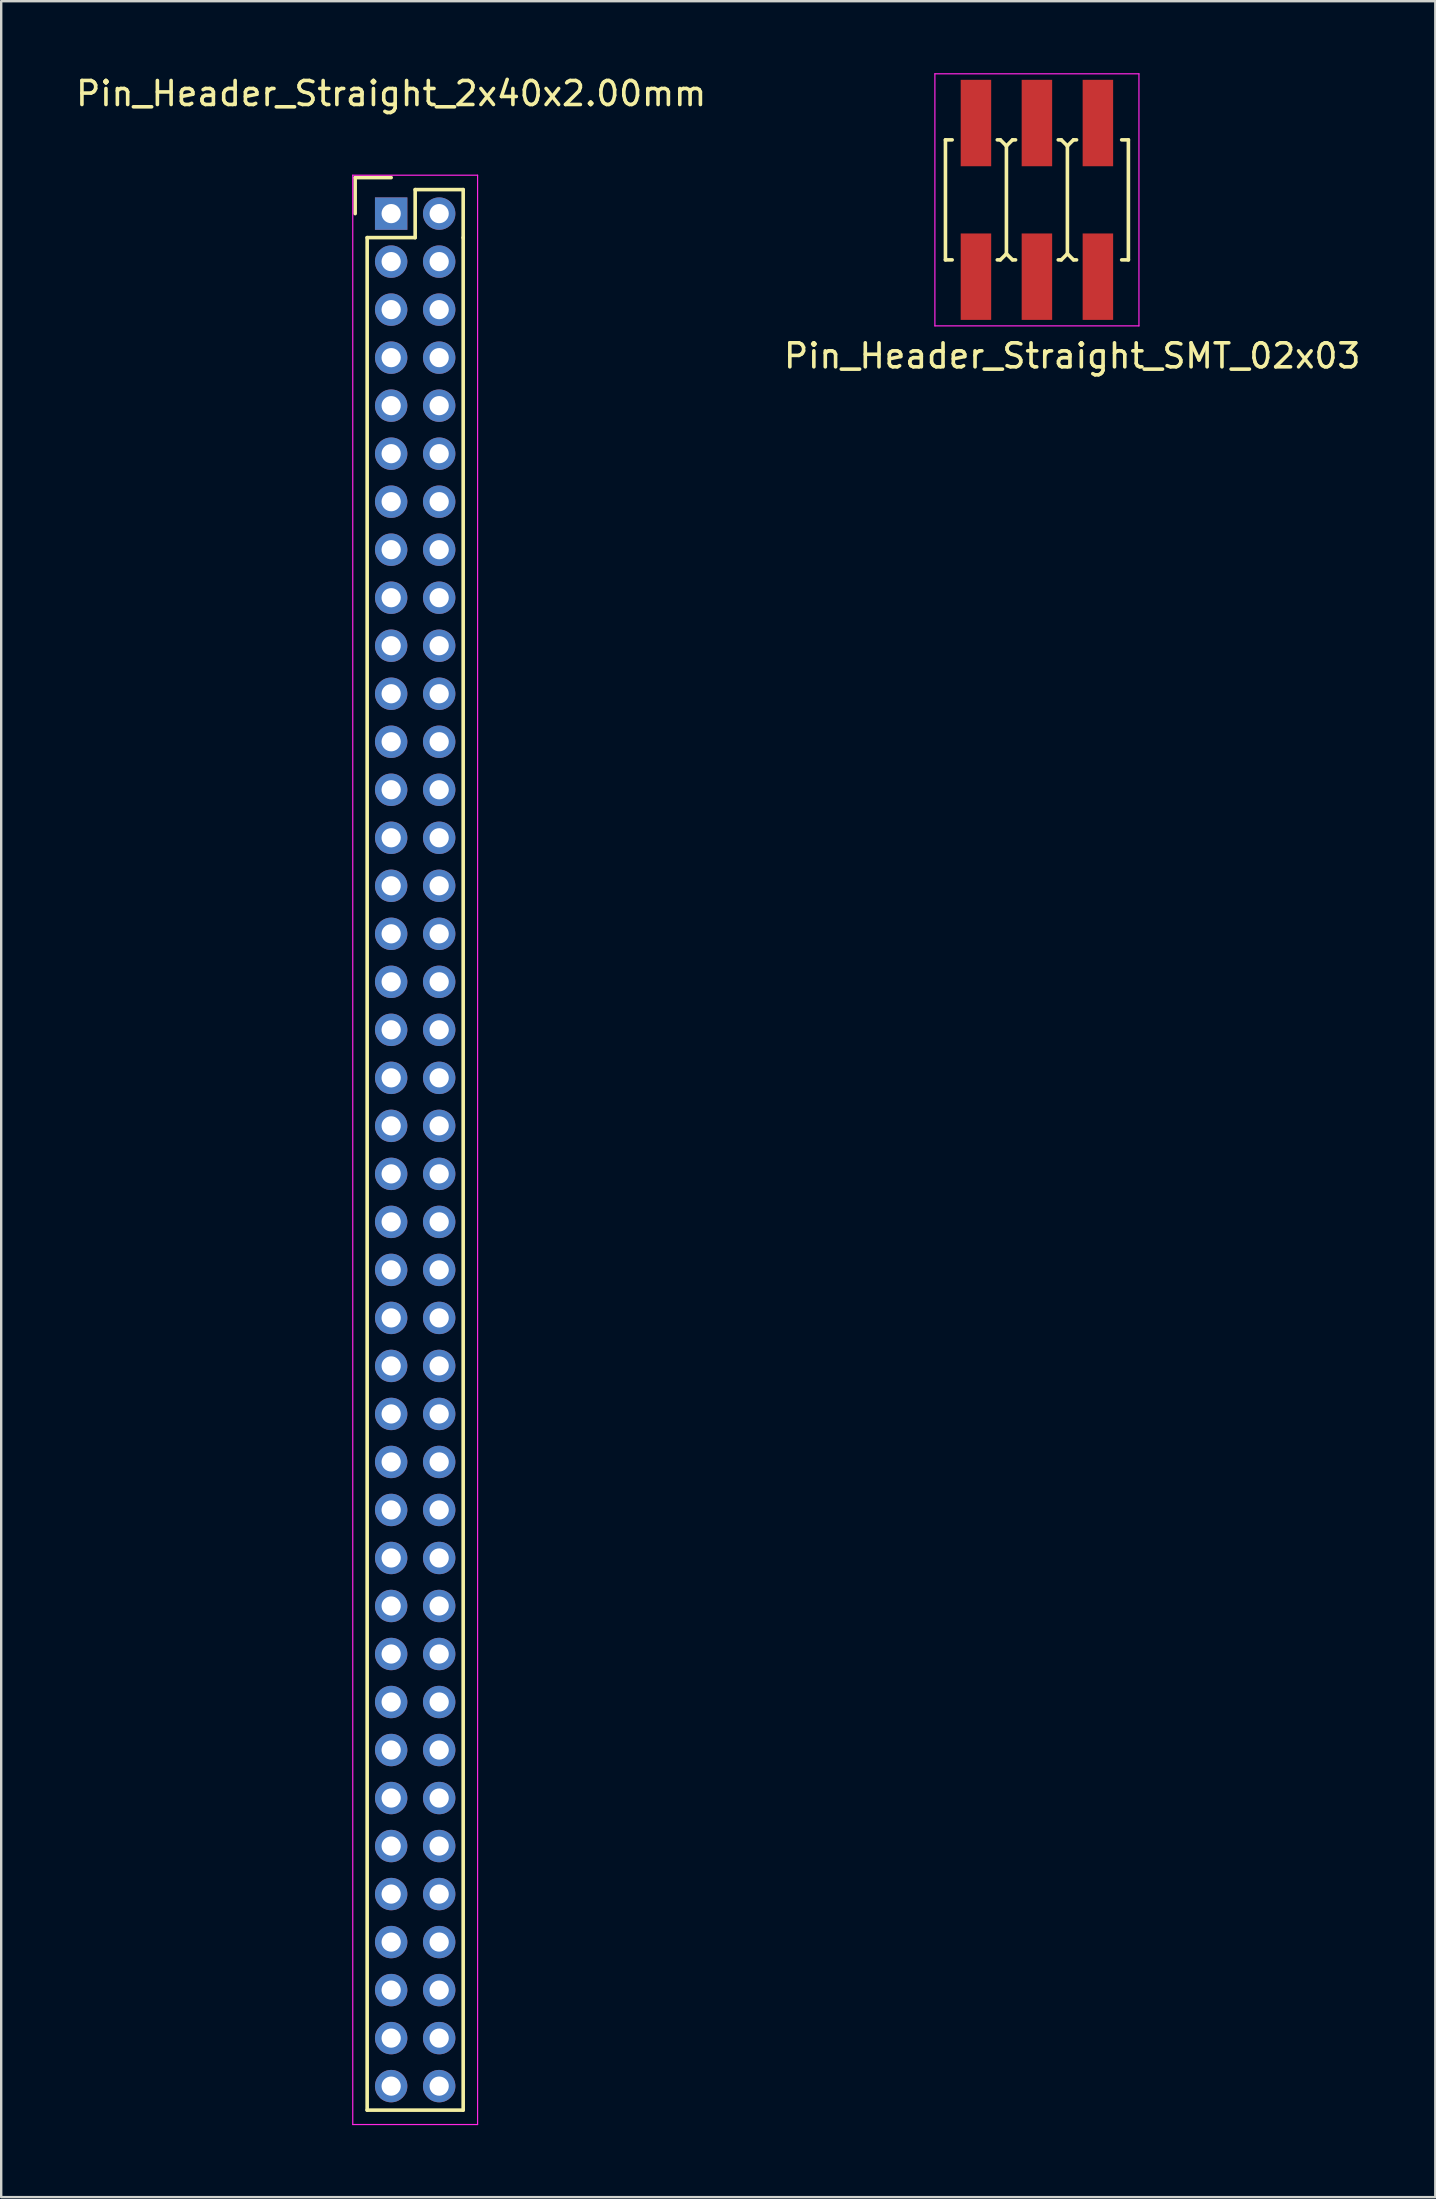
<source format=kicad_pcb>
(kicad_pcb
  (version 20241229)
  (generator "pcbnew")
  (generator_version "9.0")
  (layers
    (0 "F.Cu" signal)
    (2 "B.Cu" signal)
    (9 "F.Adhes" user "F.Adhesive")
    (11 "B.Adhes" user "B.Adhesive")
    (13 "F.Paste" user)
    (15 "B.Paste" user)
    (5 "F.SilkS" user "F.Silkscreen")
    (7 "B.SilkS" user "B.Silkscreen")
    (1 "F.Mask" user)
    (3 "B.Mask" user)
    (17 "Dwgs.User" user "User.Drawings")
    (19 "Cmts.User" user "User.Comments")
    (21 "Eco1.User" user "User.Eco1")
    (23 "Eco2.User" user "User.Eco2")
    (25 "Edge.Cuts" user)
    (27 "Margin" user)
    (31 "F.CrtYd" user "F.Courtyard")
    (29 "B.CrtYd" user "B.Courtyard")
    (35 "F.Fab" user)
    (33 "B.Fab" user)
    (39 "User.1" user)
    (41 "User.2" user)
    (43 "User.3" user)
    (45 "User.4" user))
  (footprint "Pin_Header_Straight_SMT_02x03"
    (layer "F.Cu")
    (at 40.143 5.275)
    (property "Reference" "Pin_Header_Straight_SMT_02x03" (at 1.47 6.5 0) (layer "F.SilkS") (effects (font (size 1 1) (thickness 0.15))))
    (attr through_hole)
    (fp_line (start -3.81 -2.5) (end -3.81 2.5) (stroke (width 0.15) (type solid)) (layer "F.SilkS"))
    (fp_line (start -3.81 -2.5) (end -3.53 -2.5) (stroke (width 0.15) (type solid)) (layer "F.SilkS"))
    (fp_line (start -3.81 2.5) (end -3.53 2.5) (stroke (width 0.15) (type solid)) (layer "F.SilkS"))
    (fp_line (start -1.651 -2.5) (end -1.524 -2.5) (stroke (width 0.15) (type solid)) (layer "F.SilkS"))
    (fp_line (start -1.524 -2.5) (end -1.27 -2.246) (stroke (width 0.15) (type solid)) (layer "F.SilkS"))
    (fp_line (start -1.524 2.5) (end -1.651 2.5) (stroke (width 0.15) (type solid)) (layer "F.SilkS"))
    (fp_line (start -1.27 -2.246) (end -1.016 -2.5) (stroke (width 0.15) (type solid)) (layer "F.SilkS"))
    (fp_line (start -1.27 2.246) (end -1.524 2.5) (stroke (width 0.15) (type solid)) (layer "F.SilkS"))
    (fp_line (start -1.27 2.25) (end -1.27 -2.25) (stroke (width 0.15) (type solid)) (layer "F.SilkS"))
    (fp_line (start -1.016 -2.5) (end -0.889 -2.5) (stroke (width 0.15) (type solid)) (layer "F.SilkS"))
    (fp_line (start -1.016 2.5) (end -1.27 2.246) (stroke (width 0.15) (type solid)) (layer "F.SilkS"))
    (fp_line (start -0.889 2.5) (end -1.016 2.5) (stroke (width 0.15) (type solid)) (layer "F.SilkS"))
    (fp_line (start 0.889 -2.5) (end 1.016 -2.5) (stroke (width 0.15) (type solid)) (layer "F.SilkS"))
    (fp_line (start 1.016 -2.5) (end 1.27 -2.246) (stroke (width 0.15) (type solid)) (layer "F.SilkS"))
    (fp_line (start 1.016 2.5) (end 0.889 2.5) (stroke (width 0.15) (type solid)) (layer "F.SilkS"))
    (fp_line (start 1.27 -2.246) (end 1.524 -2.5) (stroke (width 0.15) (type solid)) (layer "F.SilkS"))
    (fp_line (start 1.27 2.246) (end 1.016 2.5) (stroke (width 0.15) (type solid)) (layer "F.SilkS"))
    (fp_line (start 1.27 2.25) (end 1.27 -2.25) (stroke (width 0.15) (type solid)) (layer "F.SilkS"))
    (fp_line (start 1.524 -2.5) (end 1.651 -2.5) (stroke (width 0.15) (type solid)) (layer "F.SilkS"))
    (fp_line (start 1.524 2.5) (end 1.27 2.246) (stroke (width 0.15) (type solid)) (layer "F.SilkS"))
    (fp_line (start 1.651 2.5) (end 1.524 2.5) (stroke (width 0.15) (type solid)) (layer "F.SilkS"))
    (fp_line (start 3.81 -2.5) (end 3.53 -2.5) (stroke (width 0.15) (type solid)) (layer "F.SilkS"))
    (fp_line (start 3.81 -2.5) (end 3.81 2.5) (stroke (width 0.15) (type solid)) (layer "F.SilkS"))
    (fp_line (start 3.81 2.5) (end 3.53 2.5) (stroke (width 0.15) (type solid)) (layer "F.SilkS"))
    (fp_line (start -4.25 -5.25) (end -4.25 5.25) (stroke (width 0.05) (type solid)) (layer "F.CrtYd"))
    (fp_line (start -4.25 5.25) (end 4.25 5.25) (stroke (width 0.05) (type solid)) (layer "F.CrtYd"))
    (fp_line (start 4.25 -5.25) (end -4.25 -5.25) (stroke (width 0.05) (type solid)) (layer "F.CrtYd"))
    (fp_line (start 4.25 5.25) (end 4.25 -5.25) (stroke (width 0.05) (type solid)) (layer "F.CrtYd"))
    (pad "1" smd rect (at -2.54 3.2) (size 1.27 3.6) (layers "F.Cu" "F.Mask" "F.Paste"))
    (pad "2" smd rect (at -2.54 -3.2) (size 1.27 3.6) (layers "F.Cu" "F.Mask" "F.Paste"))
    (pad "3" smd rect (at 0 3.2) (size 1.27 3.6) (layers "F.Cu" "F.Mask" "F.Paste"))
    (pad "4" smd rect (at 0 -3.2) (size 1.27 3.6) (layers "F.Cu" "F.Mask" "F.Paste"))
    (pad "5" smd rect (at 2.54 3.2) (size 1.27 3.6) (layers "F.Cu" "F.Mask" "F.Paste"))
    (pad "6" smd rect (at 2.54 -3.2) (size 1.27 3.6) (layers "F.Cu" "F.Mask" "F.Paste")))
  (footprint "Pin_Header_Straight_2x40x2.00mm"
    (layer "F.Cu")
    (at 13.244 5.848)
    (property "Reference" "Pin_Header_Straight_2x40x2.00mm" (at 0 -5 0) (layer "F.SilkS") (effects (font (size 1 1) (thickness 0.15))))
    (attr through_hole)
    (fp_line (start -1.5 -1.5) (end 0 -1.5) (stroke (width 0.15) (type solid)) (layer "F.SilkS"))
    (fp_line (start -1.5 0) (end -1.5 -1.5) (stroke (width 0.15) (type solid)) (layer "F.SilkS"))
    (fp_line (start -1 1) (end 1 1) (stroke (width 0.15) (type solid)) (layer "F.SilkS"))
    (fp_line (start -1 79) (end -1 1) (stroke (width 0.15) (type solid)) (layer "F.SilkS"))
    (fp_line (start 1 -1) (end 3 -1) (stroke (width 0.15) (type solid)) (layer "F.SilkS"))
    (fp_line (start 1 1) (end 1 -1) (stroke (width 0.15) (type solid)) (layer "F.SilkS"))
    (fp_line (start 3 -1) (end 3 1) (stroke (width 0.15) (type solid)) (layer "F.SilkS"))
    (fp_line (start 3 1) (end 3 79) (stroke (width 0.15) (type solid)) (layer "F.SilkS"))
    (fp_line (start 3 79) (end -1 79) (stroke (width 0.15) (type solid)) (layer "F.SilkS"))
    (fp_line (start -1.6 -1.6) (end 3.6 -1.6) (stroke (width 0.05) (type solid)) (layer "F.CrtYd"))
    (fp_line (start -1.6 79.6) (end -1.6 -1.6) (stroke (width 0.05) (type solid)) (layer "F.CrtYd"))
    (fp_line (start 3.6 -1.6) (end 3.6 79.6) (stroke (width 0.05) (type solid)) (layer "F.CrtYd"))
    (fp_line (start 3.6 79.6) (end -1.6 79.6) (stroke (width 0.05) (type solid)) (layer "F.CrtYd"))
    (pad "1" thru_hole rect (at 0 0) (size 1.35 1.35) (drill 0.8) (layers "*.Cu" "*.Mask"))
    (pad "2" thru_hole circle (at 2 0) (size 1.35 1.35) (drill 0.8) (layers "*.Cu" "*.Mask"))
    (pad "3" thru_hole circle (at 0 2) (size 1.35 1.35) (drill 0.8) (layers "*.Cu" "*.Mask"))
    (pad "4" thru_hole circle (at 2 2) (size 1.35 1.35) (drill 0.8) (layers "*.Cu" "*.Mask"))
    (pad "5" thru_hole circle (at 0 4) (size 1.35 1.35) (drill 0.8) (layers "*.Cu" "*.Mask"))
    (pad "6" thru_hole circle (at 2 4) (size 1.35 1.35) (drill 0.8) (layers "*.Cu" "*.Mask"))
    (pad "7" thru_hole circle (at 0 6) (size 1.35 1.35) (drill 0.8) (layers "*.Cu" "*.Mask"))
    (pad "8" thru_hole circle (at 2 6) (size 1.35 1.35) (drill 0.8) (layers "*.Cu" "*.Mask"))
    (pad "9" thru_hole circle (at 0 8) (size 1.35 1.35) (drill 0.8) (layers "*.Cu" "*.Mask"))
    (pad "10" thru_hole circle (at 2 8) (size 1.35 1.35) (drill 0.8) (layers "*.Cu" "*.Mask"))
    (pad "11" thru_hole circle (at 0 10) (size 1.35 1.35) (drill 0.8) (layers "*.Cu" "*.Mask"))
    (pad "12" thru_hole circle (at 2 10) (size 1.35 1.35) (drill 0.8) (layers "*.Cu" "*.Mask"))
    (pad "13" thru_hole circle (at 0 12) (size 1.35 1.35) (drill 0.8) (layers "*.Cu" "*.Mask"))
    (pad "14" thru_hole circle (at 2 12) (size 1.35 1.35) (drill 0.8) (layers "*.Cu" "*.Mask"))
    (pad "15" thru_hole circle (at 0 14) (size 1.35 1.35) (drill 0.8) (layers "*.Cu" "*.Mask"))
    (pad "16" thru_hole circle (at 2 14) (size 1.35 1.35) (drill 0.8) (layers "*.Cu" "*.Mask"))
    (pad "17" thru_hole circle (at 0 16) (size 1.35 1.35) (drill 0.8) (layers "*.Cu" "*.Mask"))
    (pad "18" thru_hole circle (at 2 16) (size 1.35 1.35) (drill 0.8) (layers "*.Cu" "*.Mask"))
    (pad "19" thru_hole circle (at 0 18) (size 1.35 1.35) (drill 0.8) (layers "*.Cu" "*.Mask"))
    (pad "20" thru_hole circle (at 2 18) (size 1.35 1.35) (drill 0.8) (layers "*.Cu" "*.Mask"))
    (pad "21" thru_hole circle (at 0 20) (size 1.35 1.35) (drill 0.8) (layers "*.Cu" "*.Mask"))
    (pad "22" thru_hole circle (at 2 20) (size 1.35 1.35) (drill 0.8) (layers "*.Cu" "*.Mask"))
    (pad "23" thru_hole circle (at 0 22) (size 1.35 1.35) (drill 0.8) (layers "*.Cu" "*.Mask"))
    (pad "24" thru_hole circle (at 2 22) (size 1.35 1.35) (drill 0.8) (layers "*.Cu" "*.Mask"))
    (pad "25" thru_hole circle (at 0 24) (size 1.35 1.35) (drill 0.8) (layers "*.Cu" "*.Mask"))
    (pad "26" thru_hole circle (at 2 24) (size 1.35 1.35) (drill 0.8) (layers "*.Cu" "*.Mask"))
    (pad "27" thru_hole circle (at 0 26) (size 1.35 1.35) (drill 0.8) (layers "*.Cu" "*.Mask"))
    (pad "28" thru_hole circle (at 2 26) (size 1.35 1.35) (drill 0.8) (layers "*.Cu" "*.Mask"))
    (pad "29" thru_hole circle (at 0 28) (size 1.35 1.35) (drill 0.8) (layers "*.Cu" "*.Mask"))
    (pad "30" thru_hole circle (at 2 28) (size 1.35 1.35) (drill 0.8) (layers "*.Cu" "*.Mask"))
    (pad "31" thru_hole circle (at 0 30) (size 1.35 1.35) (drill 0.8) (layers "*.Cu" "*.Mask"))
    (pad "32" thru_hole circle (at 2 30) (size 1.35 1.35) (drill 0.8) (layers "*.Cu" "*.Mask"))
    (pad "33" thru_hole circle (at 0 32) (size 1.35 1.35) (drill 0.8) (layers "*.Cu" "*.Mask"))
    (pad "34" thru_hole circle (at 2 32) (size 1.35 1.35) (drill 0.8) (layers "*.Cu" "*.Mask"))
    (pad "35" thru_hole circle (at 0 34) (size 1.35 1.35) (drill 0.8) (layers "*.Cu" "*.Mask"))
    (pad "36" thru_hole circle (at 2 34) (size 1.35 1.35) (drill 0.8) (layers "*.Cu" "*.Mask"))
    (pad "37" thru_hole circle (at 0 36) (size 1.35 1.35) (drill 0.8) (layers "*.Cu" "*.Mask"))
    (pad "38" thru_hole circle (at 2 36) (size 1.35 1.35) (drill 0.8) (layers "*.Cu" "*.Mask"))
    (pad "39" thru_hole circle (at 0 38) (size 1.35 1.35) (drill 0.8) (layers "*.Cu" "*.Mask"))
    (pad "40" thru_hole circle (at 2 38) (size 1.35 1.35) (drill 0.8) (layers "*.Cu" "*.Mask"))
    (pad "41" thru_hole circle (at 0 40) (size 1.35 1.35) (drill 0.8) (layers "*.Cu" "*.Mask"))
    (pad "42" thru_hole circle (at 2 40) (size 1.35 1.35) (drill 0.8) (layers "*.Cu" "*.Mask"))
    (pad "43" thru_hole circle (at 0 42) (size 1.35 1.35) (drill 0.8) (layers "*.Cu" "*.Mask"))
    (pad "44" thru_hole circle (at 2 42) (size 1.35 1.35) (drill 0.8) (layers "*.Cu" "*.Mask"))
    (pad "45" thru_hole circle (at 0 44) (size 1.35 1.35) (drill 0.8) (layers "*.Cu" "*.Mask"))
    (pad "46" thru_hole circle (at 2 44) (size 1.35 1.35) (drill 0.8) (layers "*.Cu" "*.Mask"))
    (pad "47" thru_hole circle (at 0 46) (size 1.35 1.35) (drill 0.8) (layers "*.Cu" "*.Mask"))
    (pad "48" thru_hole circle (at 2 46) (size 1.35 1.35) (drill 0.8) (layers "*.Cu" "*.Mask"))
    (pad "49" thru_hole circle (at 0 48) (size 1.35 1.35) (drill 0.8) (layers "*.Cu" "*.Mask"))
    (pad "50" thru_hole circle (at 2 48) (size 1.35 1.35) (drill 0.8) (layers "*.Cu" "*.Mask"))
    (pad "51" thru_hole circle (at 0 50) (size 1.35 1.35) (drill 0.8) (layers "*.Cu" "*.Mask"))
    (pad "52" thru_hole circle (at 2 50) (size 1.35 1.35) (drill 0.8) (layers "*.Cu" "*.Mask"))
    (pad "53" thru_hole circle (at 0 52) (size 1.35 1.35) (drill 0.8) (layers "*.Cu" "*.Mask"))
    (pad "54" thru_hole circle (at 2 52) (size 1.35 1.35) (drill 0.8) (layers "*.Cu" "*.Mask"))
    (pad "55" thru_hole circle (at 0 54) (size 1.35 1.35) (drill 0.8) (layers "*.Cu" "*.Mask"))
    (pad "56" thru_hole circle (at 2 54) (size 1.35 1.35) (drill 0.8) (layers "*.Cu" "*.Mask"))
    (pad "57" thru_hole circle (at 0 56) (size 1.35 1.35) (drill 0.8) (layers "*.Cu" "*.Mask"))
    (pad "58" thru_hole circle (at 2 56) (size 1.35 1.35) (drill 0.8) (layers "*.Cu" "*.Mask"))
    (pad "59" thru_hole circle (at 0 58) (size 1.35 1.35) (drill 0.8) (layers "*.Cu" "*.Mask"))
    (pad "60" thru_hole circle (at 2 58) (size 1.35 1.35) (drill 0.8) (layers "*.Cu" "*.Mask"))
    (pad "61" thru_hole circle (at 0 60) (size 1.35 1.35) (drill 0.8) (layers "*.Cu" "*.Mask"))
    (pad "62" thru_hole circle (at 2 60) (size 1.35 1.35) (drill 0.8) (layers "*.Cu" "*.Mask"))
    (pad "63" thru_hole circle (at 0 62) (size 1.35 1.35) (drill 0.8) (layers "*.Cu" "*.Mask"))
    (pad "64" thru_hole circle (at 2 62) (size 1.35 1.35) (drill 0.8) (layers "*.Cu" "*.Mask"))
    (pad "65" thru_hole circle (at 0 64) (size 1.35 1.35) (drill 0.8) (layers "*.Cu" "*.Mask"))
    (pad "66" thru_hole circle (at 2 64) (size 1.35 1.35) (drill 0.8) (layers "*.Cu" "*.Mask"))
    (pad "67" thru_hole circle (at 0 66) (size 1.35 1.35) (drill 0.8) (layers "*.Cu" "*.Mask"))
    (pad "68" thru_hole circle (at 2 66) (size 1.35 1.35) (drill 0.8) (layers "*.Cu" "*.Mask"))
    (pad "69" thru_hole circle (at 0 68) (size 1.35 1.35) (drill 0.8) (layers "*.Cu" "*.Mask"))
    (pad "70" thru_hole circle (at 2 68) (size 1.35 1.35) (drill 0.8) (layers "*.Cu" "*.Mask"))
    (pad "71" thru_hole circle (at 0 70) (size 1.35 1.35) (drill 0.8) (layers "*.Cu" "*.Mask"))
    (pad "72" thru_hole circle (at 2 70) (size 1.35 1.35) (drill 0.8) (layers "*.Cu" "*.Mask"))
    (pad "73" thru_hole circle (at 0 72) (size 1.35 1.35) (drill 0.8) (layers "*.Cu" "*.Mask"))
    (pad "74" thru_hole circle (at 2 72) (size 1.35 1.35) (drill 0.8) (layers "*.Cu" "*.Mask"))
    (pad "75" thru_hole circle (at 0 74) (size 1.35 1.35) (drill 0.8) (layers "*.Cu" "*.Mask"))
    (pad "76" thru_hole circle (at 2 74) (size 1.35 1.35) (drill 0.8) (layers "*.Cu" "*.Mask"))
    (pad "77" thru_hole circle (at 0 76) (size 1.35 1.35) (drill 0.8) (layers "*.Cu" "*.Mask"))
    (pad "78" thru_hole circle (at 2 76) (size 1.35 1.35) (drill 0.8) (layers "*.Cu" "*.Mask"))
    (pad "79" thru_hole circle (at 0 78) (size 1.35 1.35) (drill 0.8) (layers "*.Cu" "*.Mask"))
    (pad "80" thru_hole circle (at 2 78) (size 1.35 1.35) (drill 0.8) (layers "*.Cu" "*.Mask")))
  (gr_rect
    (start -3 -3)
    (end 56.738 88.473)
    (stroke (width 0.1) (type default))
    (fill no)
    (layer "Edge.Cuts")))
</source>
